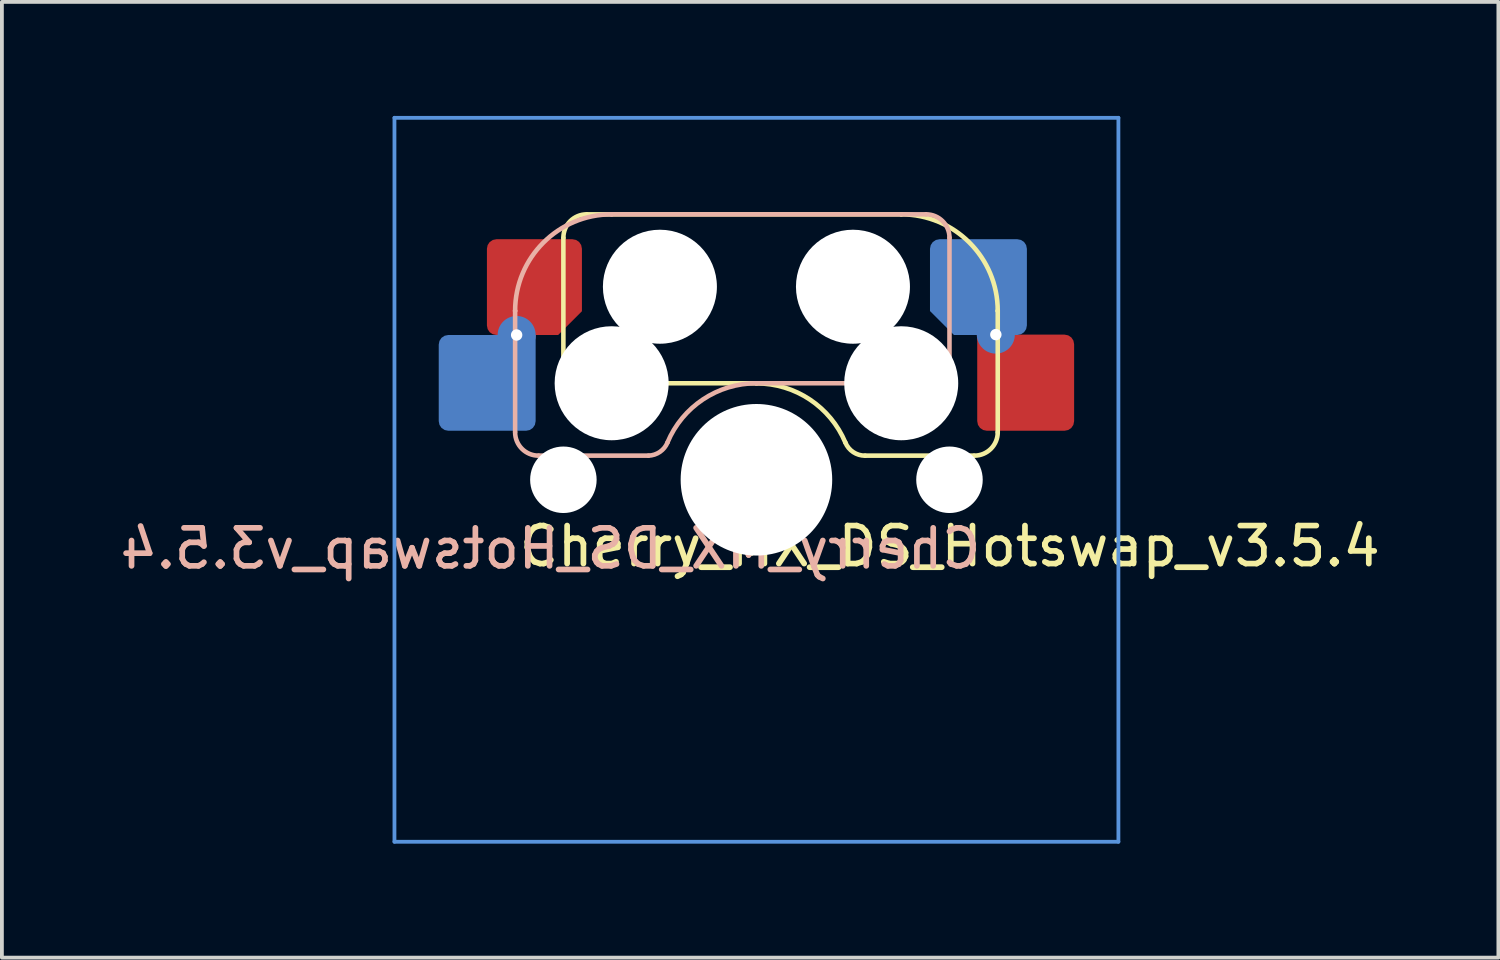
<source format=kicad_pcb>
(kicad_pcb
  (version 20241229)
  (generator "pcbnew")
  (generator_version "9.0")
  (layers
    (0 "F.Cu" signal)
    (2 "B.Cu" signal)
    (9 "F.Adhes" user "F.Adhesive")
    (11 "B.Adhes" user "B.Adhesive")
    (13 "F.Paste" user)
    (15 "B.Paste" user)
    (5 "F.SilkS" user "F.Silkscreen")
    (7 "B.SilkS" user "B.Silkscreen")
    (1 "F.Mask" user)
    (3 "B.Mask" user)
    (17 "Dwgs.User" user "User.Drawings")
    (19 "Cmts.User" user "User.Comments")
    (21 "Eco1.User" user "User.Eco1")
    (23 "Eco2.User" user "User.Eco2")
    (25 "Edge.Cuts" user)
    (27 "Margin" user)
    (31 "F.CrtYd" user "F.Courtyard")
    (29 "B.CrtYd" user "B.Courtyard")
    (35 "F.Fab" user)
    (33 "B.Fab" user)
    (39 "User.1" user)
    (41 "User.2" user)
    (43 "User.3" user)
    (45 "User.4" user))
  (footprint "Cherry_MX_DS_Hotswap_v3.5.4"
    (layer "F.Cu")
    (at 16.855 9.575)
    (property "Reference" "Cherry_MX_DS_Hotswap_v3.5.4" (at -5.42 1.81 0) (layer "B.SilkS") (effects (font (size 1 1) (thickness 0.15)) (justify mirror)))
    (attr through_hole)
    (fp_line (start -5.08 -6.36) (end -5.08 -2.54) (stroke (width 0.12) (type solid)) (layer "F.SilkS"))
    (fp_line (start -5.08 -2.54) (end -5.08 -2.54) (stroke (width 0.12) (type solid)) (layer "F.SilkS"))
    (fp_line (start -5.08 -2.54) (end -5.08 -2.54) (stroke (width 0.12) (type solid)) (layer "F.SilkS"))
    (fp_line (start -4.46 -6.985) (end 3.81 -6.985) (stroke (width 0.12) (type solid)) (layer "F.SilkS"))
    (fp_line (start 0 -2.54) (end -5.08 -2.54) (stroke (width 0.12) (type solid)) (layer "F.SilkS"))
    (fp_line (start 0 -2.54) (end 0 -2.54) (stroke (width 0.12) (type solid)) (layer "F.SilkS"))
    (fp_line (start 2.86 -0.635) (end 5.72 -0.635) (stroke (width 0.12) (type solid)) (layer "F.SilkS"))
    (fp_line (start 3.81 -6.985) (end 3.81 -6.985) (stroke (width 0.12) (type solid)) (layer "F.SilkS"))
    (fp_line (start 6.35 -4.445) (end 6.35 -4.445) (stroke (width 0.12) (type solid)) (layer "F.SilkS"))
    (fp_line (start 6.35 -1.25) (end 6.35 -4.445) (stroke (width 0.12) (type solid)) (layer "F.SilkS"))
    (fp_arc (start -5.08 -6.37) (mid -4.899871 -6.804871) (end -4.465 -6.985) (stroke (width 0.12) (type default)) (layer "F.SilkS"))
    (fp_arc (start 0 -2.536928) (mid 1.405313 -2.11213) (end 2.34 -0.98) (stroke (width 0.12) (type solid)) (layer "F.SilkS"))
    (fp_arc (start 2.859999 -0.633863) (mid 2.547381 -0.727883) (end 2.34 -0.98) (stroke (width 0.12) (type default)) (layer "F.SilkS"))
    (fp_arc (start 3.81 -6.985) (mid 5.606051 -6.241051) (end 6.35 -4.445) (stroke (width 0.12) (type solid)) (layer "F.SilkS"))
    (fp_arc (start 6.350129 -1.25) (mid 6.169985 -0.815144) (end 5.735129 -0.635) (stroke (width 0.12) (type default)) (layer "F.SilkS"))
    (fp_line (start -6.35 -4.445) (end -6.35 -4.445) (stroke (width 0.12) (type solid)) (layer "B.SilkS"))
    (fp_line (start -6.35 -4.445) (end -6.35 -1.26) (stroke (width 0.12) (type solid)) (layer "B.SilkS"))
    (fp_line (start -5.73 -0.635) (end -2.84 -0.635) (stroke (width 0.12) (type solid)) (layer "B.SilkS"))
    (fp_line (start -3.81 -6.985) (end -3.81 -6.985) (stroke (width 0.12) (type solid)) (layer "B.SilkS"))
    (fp_line (start -3.81 -6.985) (end 4.46 -6.985) (stroke (width 0.12) (type solid)) (layer "B.SilkS"))
    (fp_line (start 0 -2.54) (end 0 -2.54) (stroke (width 0.12) (type solid)) (layer "B.SilkS"))
    (fp_line (start 0 -2.54) (end 5.08 -2.54) (stroke (width 0.12) (type solid)) (layer "B.SilkS"))
    (fp_line (start 5.08 -6.37) (end 5.08 -2.54) (stroke (width 0.12) (type solid)) (layer "B.SilkS"))
    (fp_line (start 5.08 -2.54) (end 5.08 -2.54) (stroke (width 0.12) (type solid)) (layer "B.SilkS"))
    (fp_line (start 5.08 -2.54) (end 5.08 -2.54) (stroke (width 0.12) (type solid)) (layer "B.SilkS"))
    (fp_arc (start -6.35 -4.445) (mid -5.606051 -6.241051) (end -3.81 -6.985) (stroke (width 0.12) (type solid)) (layer "B.SilkS"))
    (fp_arc (start -5.735 -0.635) (mid -6.169871 -0.815129) (end -6.35 -1.25) (stroke (width 0.12) (type default)) (layer "B.SilkS"))
    (fp_arc (start -2.34 -0.983072) (mid -1.405313 -2.115202) (end 0 -2.54) (stroke (width 0.12) (type solid)) (layer "B.SilkS"))
    (fp_arc (start -2.34 -0.980845) (mid -2.539137 -0.734326) (end -2.840072 -0.635) (stroke (width 0.12) (type default)) (layer "B.SilkS"))
    (fp_arc (start 4.465129 -6.985) (mid 4.899999 -6.80487) (end 5.080129 -6.37) (stroke (width 0.12) (type default)) (layer "B.SilkS"))
    (fp_line (start -9.525 -9.525) (end -9.525 9.525) (stroke (width 0.1) (type solid)) (layer "Cmts.User"))
    (fp_line (start 9.525 -9.525) (end -9.525 -9.525) (stroke (width 0.1) (type solid)) (layer "Cmts.User"))
    (fp_line (start 9.525 -9.525) (end 9.525 9.525) (stroke (width 0.1) (type solid)) (layer "Cmts.User"))
    (fp_line (start 9.525 9.525) (end -9.525 9.525) (stroke (width 0.1) (type solid)) (layer "Cmts.User"))
    (fp_rect (start -2.15 -7.5) (end 2.15 -6.5) (stroke (width 0.1) (type default)) (fill no) (layer "User.3"))
    (fp_rect (start -2.15 6.5) (end 2.15 7.5) (stroke (width 0.1) (type default)) (fill no) (layer "User.3"))
    (fp_rect (start 7 -7) (end -7 7) (stroke (width 0.1) (type default)) (fill no) (layer "User.3"))
    (fp_rect (start 7 -7) (end -7 7) (stroke (width 0.12) (type default)) (fill no) (layer "User.4"))
    (fp_text user "${REFERENCE}" (at 5.09 1.75 0) (layer "F.SilkS") (effects (font (size 1 1) (thickness 0.15))))
    (pad "" np_thru_hole circle (at -5.08 0) (size 1.75 1.75) (drill 1.75) (layers "*.Cu" "*.Mask"))
    (pad "" np_thru_hole circle (at -3.81 -2.54) (size 3 3) (drill 3) (layers "*.Cu" "*.Mask"))
    (pad "" np_thru_hole circle (at -2.54 -5.08) (size 3 3) (drill 3) (layers "*.Cu" "*.Mask"))
    (pad "" np_thru_hole circle (at 0 0) (size 3.988 3.988) (drill 3.988) (layers "*.Cu" "*.Mask"))
    (pad "" np_thru_hole circle (at 2.54 -5.08) (size 3 3) (drill 3) (layers "*.Cu" "*.Mask"))
    (pad "" np_thru_hole circle (at 3.81 -2.54) (size 3 3) (drill 3) (layers "*.Cu" "*.Mask"))
    (pad "" np_thru_hole circle (at 5.08 0) (size 1.75 1.75) (drill 1.75) (layers "*.Cu" "*.Mask"))
    (pad "1" smd roundrect (at -7.085 -2.55) (size 2.55 2.52) (layers "B.Cu" "B.Mask" "B.Paste") (roundrect_rratio 0.1) (chamfer_ratio 0) (chamfer top_right))
    (pad "1" thru_hole circle (at -6.31 -3.81) (size 1 1) (drill 0.3) (layers "*.Cu"))
    (pad "1" smd roundrect (at -5.842 -5.07) (size 2.5 2.52) (layers "F.Cu" "F.Mask" "F.Paste") (roundrect_rratio 0.1) (chamfer_ratio 0.25) (chamfer bottom_right))
    (pad "2" smd roundrect (at 5.842 -5.07) (size 2.55 2.52) (layers "B.Cu" "B.Mask" "B.Paste") (roundrect_rratio 0.1) (chamfer_ratio 0.25) (chamfer bottom_left))
    (pad "2" thru_hole circle (at 6.3 -3.82) (size 1 1) (drill 0.3) (layers "*.Cu"))
    (pad "2" smd roundrect (at 7.085 -2.555) (size 2.55 2.53) (layers "F.Cu" "F.Mask" "F.Paste") (roundrect_rratio 0.1) (chamfer_ratio 0) (chamfer top_left)))
  (gr_rect
    (start -3 -3)
    (end 36.379 22.15)
    (stroke (width 0.1) (type default))
    (fill no)
    (layer "Edge.Cuts")))
</source>
